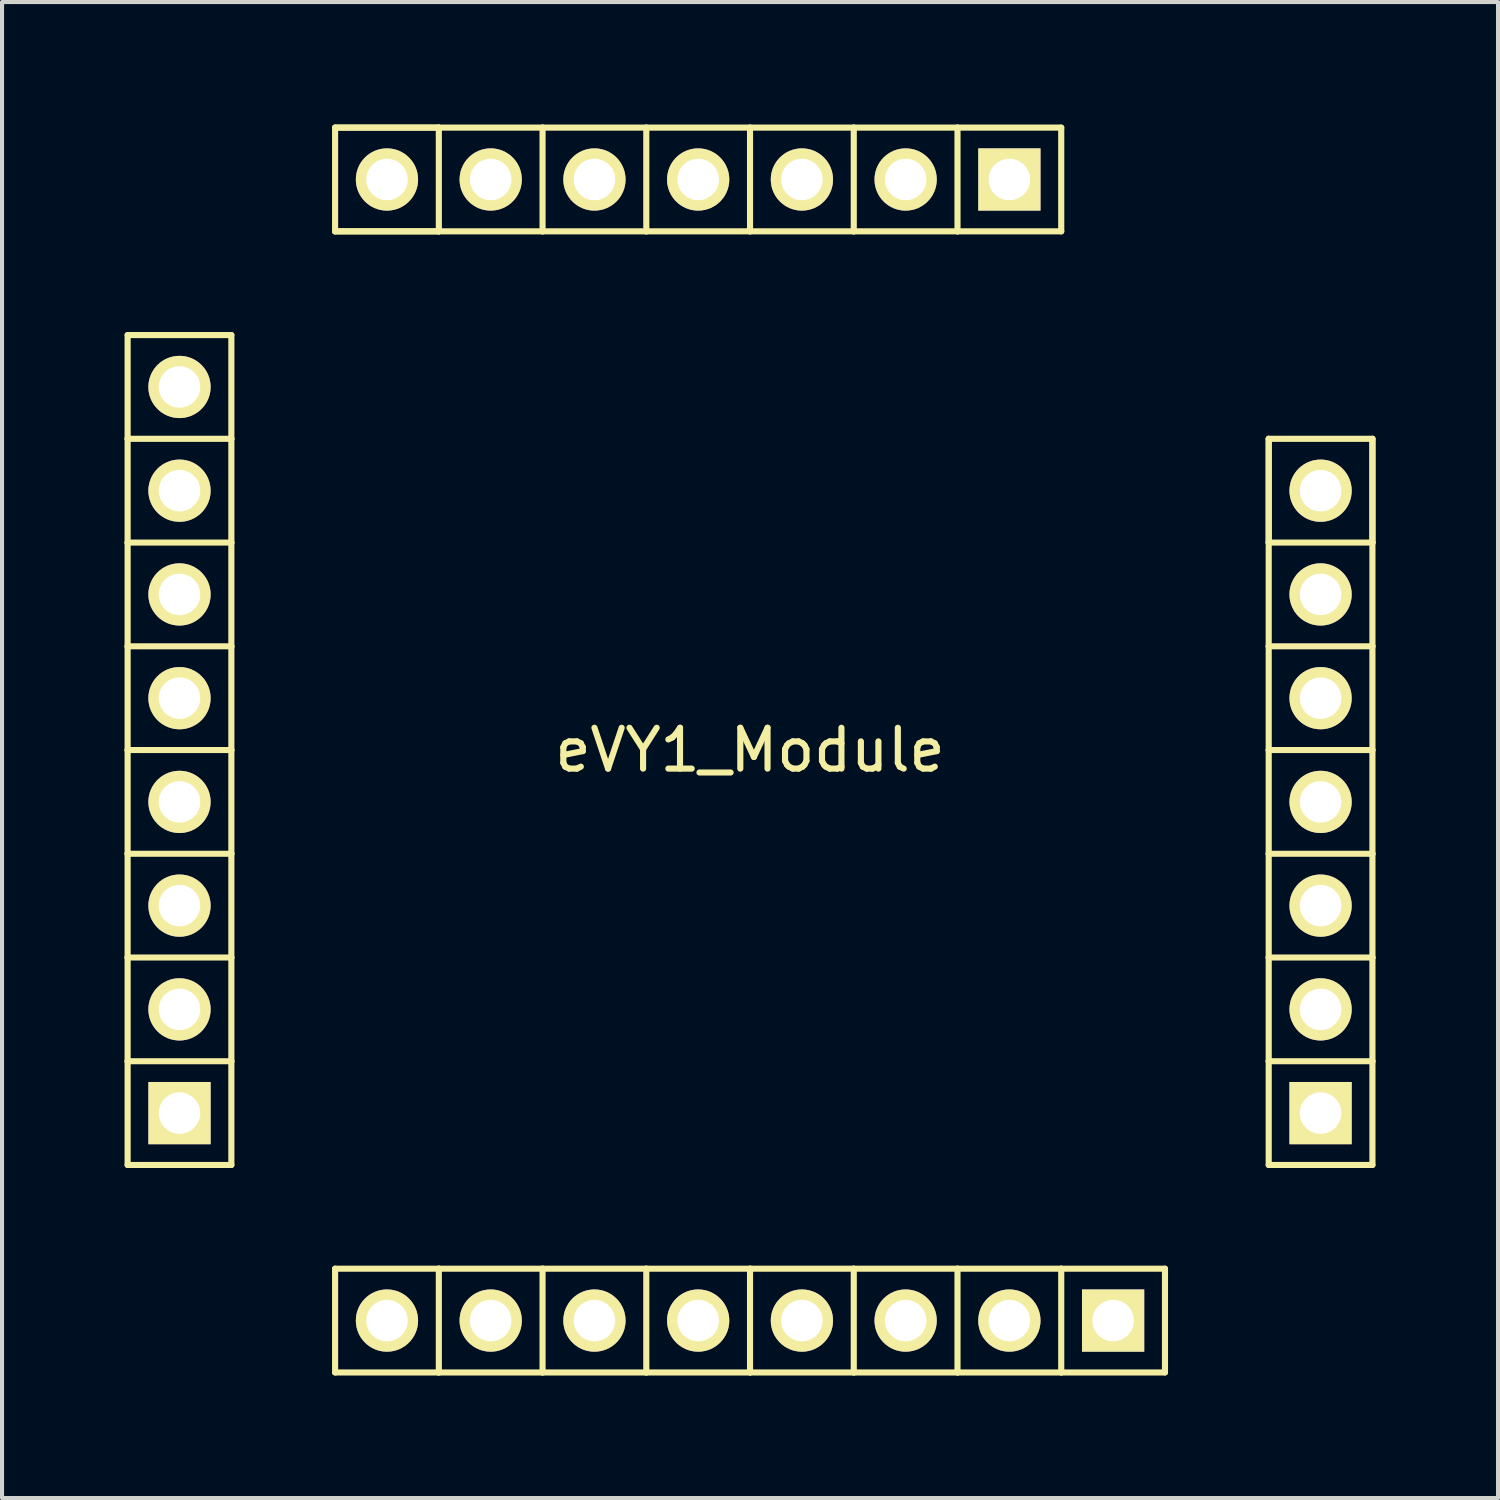
<source format=kicad_pcb>
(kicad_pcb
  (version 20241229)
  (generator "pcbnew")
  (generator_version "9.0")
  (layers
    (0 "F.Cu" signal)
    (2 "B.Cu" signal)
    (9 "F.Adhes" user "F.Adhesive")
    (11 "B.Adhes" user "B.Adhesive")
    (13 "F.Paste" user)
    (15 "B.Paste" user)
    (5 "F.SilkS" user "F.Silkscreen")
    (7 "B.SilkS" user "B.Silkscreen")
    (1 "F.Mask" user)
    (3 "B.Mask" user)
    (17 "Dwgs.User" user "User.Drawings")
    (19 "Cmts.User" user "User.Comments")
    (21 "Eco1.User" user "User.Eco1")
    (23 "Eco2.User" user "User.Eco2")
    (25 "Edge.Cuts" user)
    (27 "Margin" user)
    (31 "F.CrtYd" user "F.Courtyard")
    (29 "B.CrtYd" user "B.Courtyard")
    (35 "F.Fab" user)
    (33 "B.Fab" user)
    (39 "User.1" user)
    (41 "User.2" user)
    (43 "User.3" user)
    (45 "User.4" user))
  (footprint "eVY1_Module"
    (layer "F.Cu")
    (at 15.315 15.315)
    (property "Reference" "eVY1_Module" (at 0 0 0) (layer "F.SilkS") (effects (font (size 1 1) (thickness 0.15))))
    (attr through_hole)
    (fp_line (start -15.24 -10.16) (end -15.24 -7.62) (stroke (width 0.15) (type solid)) (layer "F.SilkS"))
    (fp_line (start -15.24 -7.62) (end -15.24 -5.08) (stroke (width 0.15) (type solid)) (layer "F.SilkS"))
    (fp_line (start -15.24 -5.08) (end -15.24 -2.54) (stroke (width 0.15) (type solid)) (layer "F.SilkS"))
    (fp_line (start -15.24 -5.08) (end -12.7 -5.08) (stroke (width 0.15) (type solid)) (layer "F.SilkS"))
    (fp_line (start -15.24 -2.54) (end -15.24 0) (stroke (width 0.15) (type solid)) (layer "F.SilkS"))
    (fp_line (start -15.24 0) (end -15.24 2.54) (stroke (width 0.15) (type solid)) (layer "F.SilkS"))
    (fp_line (start -15.24 2.54) (end -15.24 5.08) (stroke (width 0.15) (type solid)) (layer "F.SilkS"))
    (fp_line (start -15.24 2.54) (end -12.7 2.54) (stroke (width 0.15) (type solid)) (layer "F.SilkS"))
    (fp_line (start -15.24 5.08) (end -15.24 7.62) (stroke (width 0.15) (type solid)) (layer "F.SilkS"))
    (fp_line (start -15.24 5.08) (end -12.7 5.08) (stroke (width 0.15) (type solid)) (layer "F.SilkS"))
    (fp_line (start -15.24 7.62) (end -15.24 10.16) (stroke (width 0.15) (type solid)) (layer "F.SilkS"))
    (fp_line (start -15.24 7.62) (end -12.7 7.62) (stroke (width 0.15) (type solid)) (layer "F.SilkS"))
    (fp_line (start -15.24 10.16) (end -12.7 10.16) (stroke (width 0.15) (type solid)) (layer "F.SilkS"))
    (fp_line (start -12.7 -10.16) (end -15.24 -10.16) (stroke (width 0.15) (type solid)) (layer "F.SilkS"))
    (fp_line (start -12.7 -7.62) (end -15.24 -7.62) (stroke (width 0.15) (type solid)) (layer "F.SilkS"))
    (fp_line (start -12.7 -7.62) (end -12.7 -10.16) (stroke (width 0.15) (type solid)) (layer "F.SilkS"))
    (fp_line (start -12.7 -5.08) (end -12.7 -7.62) (stroke (width 0.15) (type solid)) (layer "F.SilkS"))
    (fp_line (start -12.7 -2.54) (end -15.24 -2.54) (stroke (width 0.15) (type solid)) (layer "F.SilkS"))
    (fp_line (start -12.7 -2.54) (end -12.7 -5.08) (stroke (width 0.15) (type solid)) (layer "F.SilkS"))
    (fp_line (start -12.7 0) (end -15.24 0) (stroke (width 0.15) (type solid)) (layer "F.SilkS"))
    (fp_line (start -12.7 0) (end -12.7 -2.54) (stroke (width 0.15) (type solid)) (layer "F.SilkS"))
    (fp_line (start -12.7 2.54) (end -12.7 0) (stroke (width 0.15) (type solid)) (layer "F.SilkS"))
    (fp_line (start -12.7 5.08) (end -12.7 2.54) (stroke (width 0.15) (type solid)) (layer "F.SilkS"))
    (fp_line (start -12.7 7.62) (end -12.7 5.08) (stroke (width 0.15) (type solid)) (layer "F.SilkS"))
    (fp_line (start -12.7 10.16) (end -12.7 7.62) (stroke (width 0.15) (type solid)) (layer "F.SilkS"))
    (fp_line (start -10.16 -15.24) (end -10.16 -12.7) (stroke (width 0.15) (type solid)) (layer "F.SilkS"))
    (fp_line (start -10.16 -12.7) (end -7.62 -12.7) (stroke (width 0.15) (type solid)) (layer "F.SilkS"))
    (fp_line (start -10.16 -12.7) (end -7.62 -12.7) (stroke (width 0.15) (type solid)) (layer "F.SilkS"))
    (fp_line (start -10.16 12.7) (end -10.16 15.24) (stroke (width 0.15) (type solid)) (layer "F.SilkS"))
    (fp_line (start -10.16 15.24) (end -7.62 15.24) (stroke (width 0.15) (type solid)) (layer "F.SilkS"))
    (fp_line (start -7.62 -15.24) (end -10.16 -15.24) (stroke (width 0.15) (type solid)) (layer "F.SilkS"))
    (fp_line (start -7.62 -15.24) (end -10.16 -15.24) (stroke (width 0.15) (type solid)) (layer "F.SilkS"))
    (fp_line (start -7.62 -12.7) (end -7.62 -15.24) (stroke (width 0.15) (type solid)) (layer "F.SilkS"))
    (fp_line (start -7.62 -12.7) (end -5.08 -12.7) (stroke (width 0.15) (type solid)) (layer "F.SilkS"))
    (fp_line (start -7.62 12.7) (end -10.16 12.7) (stroke (width 0.15) (type solid)) (layer "F.SilkS"))
    (fp_line (start -7.62 12.7) (end -7.62 15.24) (stroke (width 0.15) (type solid)) (layer "F.SilkS"))
    (fp_line (start -7.62 15.24) (end -5.08 15.24) (stroke (width 0.15) (type solid)) (layer "F.SilkS"))
    (fp_line (start -5.08 -15.24) (end -7.62 -15.24) (stroke (width 0.15) (type solid)) (layer "F.SilkS"))
    (fp_line (start -5.08 -15.24) (end -5.08 -12.7) (stroke (width 0.15) (type solid)) (layer "F.SilkS"))
    (fp_line (start -5.08 -12.7) (end -2.54 -12.7) (stroke (width 0.15) (type solid)) (layer "F.SilkS"))
    (fp_line (start -5.08 12.7) (end -7.62 12.7) (stroke (width 0.15) (type solid)) (layer "F.SilkS"))
    (fp_line (start -5.08 15.24) (end -5.08 12.7) (stroke (width 0.15) (type solid)) (layer "F.SilkS"))
    (fp_line (start -5.08 15.24) (end -2.54 15.24) (stroke (width 0.15) (type solid)) (layer "F.SilkS"))
    (fp_line (start -2.54 -15.24) (end -5.08 -15.24) (stroke (width 0.15) (type solid)) (layer "F.SilkS"))
    (fp_line (start -2.54 -15.24) (end -2.54 -12.7) (stroke (width 0.15) (type solid)) (layer "F.SilkS"))
    (fp_line (start -2.54 -12.7) (end 0 -12.7) (stroke (width 0.15) (type solid)) (layer "F.SilkS"))
    (fp_line (start -2.54 12.7) (end -5.08 12.7) (stroke (width 0.15) (type solid)) (layer "F.SilkS"))
    (fp_line (start -2.54 12.7) (end -2.54 15.24) (stroke (width 0.15) (type solid)) (layer "F.SilkS"))
    (fp_line (start -2.54 15.24) (end 0 15.24) (stroke (width 0.15) (type solid)) (layer "F.SilkS"))
    (fp_line (start 0 -15.24) (end -2.54 -15.24) (stroke (width 0.15) (type solid)) (layer "F.SilkS"))
    (fp_line (start 0 -12.7) (end 0 -15.24) (stroke (width 0.15) (type solid)) (layer "F.SilkS"))
    (fp_line (start 0 -12.7) (end 2.54 -12.7) (stroke (width 0.15) (type solid)) (layer "F.SilkS"))
    (fp_line (start 0 12.7) (end -2.54 12.7) (stroke (width 0.15) (type solid)) (layer "F.SilkS"))
    (fp_line (start 0 12.7) (end 0 15.24) (stroke (width 0.15) (type solid)) (layer "F.SilkS"))
    (fp_line (start 0 15.24) (end 2.54 15.24) (stroke (width 0.15) (type solid)) (layer "F.SilkS"))
    (fp_line (start 2.54 -15.24) (end 0 -15.24) (stroke (width 0.15) (type solid)) (layer "F.SilkS"))
    (fp_line (start 2.54 -12.7) (end 2.54 -15.24) (stroke (width 0.15) (type solid)) (layer "F.SilkS"))
    (fp_line (start 2.54 -12.7) (end 5.08 -12.7) (stroke (width 0.15) (type solid)) (layer "F.SilkS"))
    (fp_line (start 2.54 12.7) (end 0 12.7) (stroke (width 0.15) (type solid)) (layer "F.SilkS"))
    (fp_line (start 2.54 15.24) (end 2.54 12.7) (stroke (width 0.15) (type solid)) (layer "F.SilkS"))
    (fp_line (start 2.54 15.24) (end 5.08 15.24) (stroke (width 0.15) (type solid)) (layer "F.SilkS"))
    (fp_line (start 5.08 -15.24) (end 2.54 -15.24) (stroke (width 0.15) (type solid)) (layer "F.SilkS"))
    (fp_line (start 5.08 -12.7) (end 5.08 -15.24) (stroke (width 0.15) (type solid)) (layer "F.SilkS"))
    (fp_line (start 5.08 -12.7) (end 7.62 -12.7) (stroke (width 0.15) (type solid)) (layer "F.SilkS"))
    (fp_line (start 5.08 12.7) (end 2.54 12.7) (stroke (width 0.15) (type solid)) (layer "F.SilkS"))
    (fp_line (start 5.08 15.24) (end 5.08 12.7) (stroke (width 0.15) (type solid)) (layer "F.SilkS"))
    (fp_line (start 5.08 15.24) (end 7.62 15.24) (stroke (width 0.15) (type solid)) (layer "F.SilkS"))
    (fp_line (start 7.62 -15.24) (end 5.08 -15.24) (stroke (width 0.15) (type solid)) (layer "F.SilkS"))
    (fp_line (start 7.62 -12.7) (end 7.62 -15.24) (stroke (width 0.15) (type solid)) (layer "F.SilkS"))
    (fp_line (start 7.62 12.7) (end 5.08 12.7) (stroke (width 0.15) (type solid)) (layer "F.SilkS"))
    (fp_line (start 7.62 15.24) (end 7.62 12.7) (stroke (width 0.15) (type solid)) (layer "F.SilkS"))
    (fp_line (start 7.62 15.24) (end 10.16 15.24) (stroke (width 0.15) (type solid)) (layer "F.SilkS"))
    (fp_line (start 10.16 12.7) (end 7.62 12.7) (stroke (width 0.15) (type solid)) (layer "F.SilkS"))
    (fp_line (start 10.16 15.24) (end 10.16 12.7) (stroke (width 0.15) (type solid)) (layer "F.SilkS"))
    (fp_line (start 12.7 -7.62) (end 12.7 -5.08) (stroke (width 0.15) (type solid)) (layer "F.SilkS"))
    (fp_line (start 12.7 -7.62) (end 12.7 -5.08) (stroke (width 0.15) (type solid)) (layer "F.SilkS"))
    (fp_line (start 12.7 -5.08) (end 12.7 -2.54) (stroke (width 0.15) (type solid)) (layer "F.SilkS"))
    (fp_line (start 12.7 -5.08) (end 15.24 -5.08) (stroke (width 0.15) (type solid)) (layer "F.SilkS"))
    (fp_line (start 12.7 -2.54) (end 12.7 0) (stroke (width 0.15) (type solid)) (layer "F.SilkS"))
    (fp_line (start 12.7 0) (end 12.7 2.54) (stroke (width 0.15) (type solid)) (layer "F.SilkS"))
    (fp_line (start 12.7 2.54) (end 12.7 5.08) (stroke (width 0.15) (type solid)) (layer "F.SilkS"))
    (fp_line (start 12.7 2.54) (end 15.24 2.54) (stroke (width 0.15) (type solid)) (layer "F.SilkS"))
    (fp_line (start 12.7 5.08) (end 12.7 7.62) (stroke (width 0.15) (type solid)) (layer "F.SilkS"))
    (fp_line (start 12.7 5.08) (end 15.24 5.08) (stroke (width 0.15) (type solid)) (layer "F.SilkS"))
    (fp_line (start 12.7 7.62) (end 12.7 10.16) (stroke (width 0.15) (type solid)) (layer "F.SilkS"))
    (fp_line (start 12.7 7.62) (end 15.24 7.62) (stroke (width 0.15) (type solid)) (layer "F.SilkS"))
    (fp_line (start 12.7 10.16) (end 15.24 10.16) (stroke (width 0.15) (type solid)) (layer "F.SilkS"))
    (fp_line (start 15.24 -7.62) (end 12.7 -7.62) (stroke (width 0.15) (type solid)) (layer "F.SilkS"))
    (fp_line (start 15.24 -5.08) (end 15.24 -7.62) (stroke (width 0.15) (type solid)) (layer "F.SilkS"))
    (fp_line (start 15.24 -5.08) (end 15.24 -7.62) (stroke (width 0.15) (type solid)) (layer "F.SilkS"))
    (fp_line (start 15.24 -2.54) (end 12.7 -2.54) (stroke (width 0.15) (type solid)) (layer "F.SilkS"))
    (fp_line (start 15.24 -2.54) (end 15.24 -5.08) (stroke (width 0.15) (type solid)) (layer "F.SilkS"))
    (fp_line (start 15.24 0) (end 12.7 0) (stroke (width 0.15) (type solid)) (layer "F.SilkS"))
    (fp_line (start 15.24 0) (end 15.24 -2.54) (stroke (width 0.15) (type solid)) (layer "F.SilkS"))
    (fp_line (start 15.24 2.54) (end 15.24 0) (stroke (width 0.15) (type solid)) (layer "F.SilkS"))
    (fp_line (start 15.24 5.08) (end 15.24 2.54) (stroke (width 0.15) (type solid)) (layer "F.SilkS"))
    (fp_line (start 15.24 7.62) (end 15.24 5.08) (stroke (width 0.15) (type solid)) (layer "F.SilkS"))
    (fp_line (start 15.24 10.16) (end 15.24 7.62) (stroke (width 0.15) (type solid)) (layer "F.SilkS"))
    (pad "J1-1" thru_hole rect (at -13.97 8.89 90) (size 1.524 1.524) (drill 1.016) (layers "*.Cu" "*.Mask" "F.SilkS"))
    (pad "J1-2" thru_hole circle (at -13.97 6.35 90) (size 1.524 1.524) (drill 1.016) (layers "*.Cu" "*.Mask" "F.SilkS"))
    (pad "J1-3" thru_hole circle (at -13.97 3.81 90) (size 1.524 1.524) (drill 1.016) (layers "*.Cu" "*.Mask" "F.SilkS"))
    (pad "J1-4" thru_hole circle (at -13.97 1.27 90) (size 1.524 1.524) (drill 1.016) (layers "*.Cu" "*.Mask" "F.SilkS"))
    (pad "J1-5" thru_hole circle (at -13.97 -1.27 90) (size 1.524 1.524) (drill 1.016) (layers "*.Cu" "*.Mask" "F.SilkS"))
    (pad "J1-6" thru_hole circle (at -13.97 -3.81 90) (size 1.524 1.524) (drill 1.016) (layers "*.Cu" "*.Mask" "F.SilkS"))
    (pad "J1-7" thru_hole circle (at -13.97 -6.35 90) (size 1.524 1.524) (drill 1.016) (layers "*.Cu" "*.Mask" "F.SilkS"))
    (pad "J1-8" thru_hole circle (at -13.97 -8.89 90) (size 1.524 1.524) (drill 1.016) (layers "*.Cu" "*.Mask" "F.SilkS"))
    (pad "J2-1" thru_hole rect (at 8.89 13.97 180) (size 1.524 1.524) (drill 1.016) (layers "*.Cu" "*.Mask" "F.SilkS"))
    (pad "J2-2" thru_hole circle (at 6.35 13.97 180) (size 1.524 1.524) (drill 1.016) (layers "*.Cu" "*.Mask" "F.SilkS"))
    (pad "J2-3" thru_hole circle (at 3.81 13.97 180) (size 1.524 1.524) (drill 1.016) (layers "*.Cu" "*.Mask" "F.SilkS"))
    (pad "J2-4" thru_hole circle (at 1.27 13.97 180) (size 1.524 1.524) (drill 1.016) (layers "*.Cu" "*.Mask" "F.SilkS"))
    (pad "J2-5" thru_hole circle (at -1.27 13.97 180) (size 1.524 1.524) (drill 1.016) (layers "*.Cu" "*.Mask" "F.SilkS"))
    (pad "J2-6" thru_hole circle (at -3.81 13.97 180) (size 1.524 1.524) (drill 1.016) (layers "*.Cu" "*.Mask" "F.SilkS"))
    (pad "J2-7" thru_hole circle (at -6.35 13.97 180) (size 1.524 1.524) (drill 1.016) (layers "*.Cu" "*.Mask" "F.SilkS"))
    (pad "J2-8" thru_hole circle (at -8.89 13.97 180) (size 1.524 1.524) (drill 1.016) (layers "*.Cu" "*.Mask" "F.SilkS"))
    (pad "J3-1" thru_hole rect (at 6.35 -13.97 180) (size 1.524 1.524) (drill 1.016) (layers "*.Cu" "*.Mask" "F.SilkS"))
    (pad "J3-2" thru_hole circle (at 3.81 -13.97 180) (size 1.524 1.524) (drill 1.016) (layers "*.Cu" "*.Mask" "F.SilkS"))
    (pad "J3-3" thru_hole circle (at 1.27 -13.97 180) (size 1.524 1.524) (drill 1.016) (layers "*.Cu" "*.Mask" "F.SilkS"))
    (pad "J3-4" thru_hole circle (at -1.27 -13.97 180) (size 1.524 1.524) (drill 1.016) (layers "*.Cu" "*.Mask" "F.SilkS"))
    (pad "J3-5" thru_hole circle (at -3.81 -13.97 180) (size 1.524 1.524) (drill 1.016) (layers "*.Cu" "*.Mask" "F.SilkS"))
    (pad "J3-6" thru_hole circle (at -6.35 -13.97 180) (size 1.524 1.524) (drill 1.016) (layers "*.Cu" "*.Mask" "F.SilkS"))
    (pad "J3-7" thru_hole circle (at -8.89 -13.97 180) (size 1.524 1.524) (drill 1.016) (layers "*.Cu" "*.Mask" "F.SilkS"))
    (pad "J4-1" thru_hole rect (at 13.97 8.89 90) (size 1.524 1.524) (drill 1.016) (layers "*.Cu" "*.Mask" "F.SilkS"))
    (pad "J4-2" thru_hole circle (at 13.97 6.35 90) (size 1.524 1.524) (drill 1.016) (layers "*.Cu" "*.Mask" "F.SilkS"))
    (pad "J4-3" thru_hole circle (at 13.97 3.81 90) (size 1.524 1.524) (drill 1.016) (layers "*.Cu" "*.Mask" "F.SilkS"))
    (pad "J4-4" thru_hole circle (at 13.97 1.27 90) (size 1.524 1.524) (drill 1.016) (layers "*.Cu" "*.Mask" "F.SilkS"))
    (pad "J4-5" thru_hole circle (at 13.97 -1.27 90) (size 1.524 1.524) (drill 1.016) (layers "*.Cu" "*.Mask" "F.SilkS"))
    (pad "J4-6" thru_hole circle (at 13.97 -3.81 90) (size 1.524 1.524) (drill 1.016) (layers "*.Cu" "*.Mask" "F.SilkS"))
    (pad "J4-7" thru_hole circle (at 13.97 -6.35 90) (size 1.524 1.524) (drill 1.016) (layers "*.Cu" "*.Mask" "F.SilkS")))
  (gr_rect
    (start -3 -3)
    (end 33.63 33.63)
    (stroke (width 0.1) (type default))
    (fill no)
    (layer "Edge.Cuts")))
</source>
